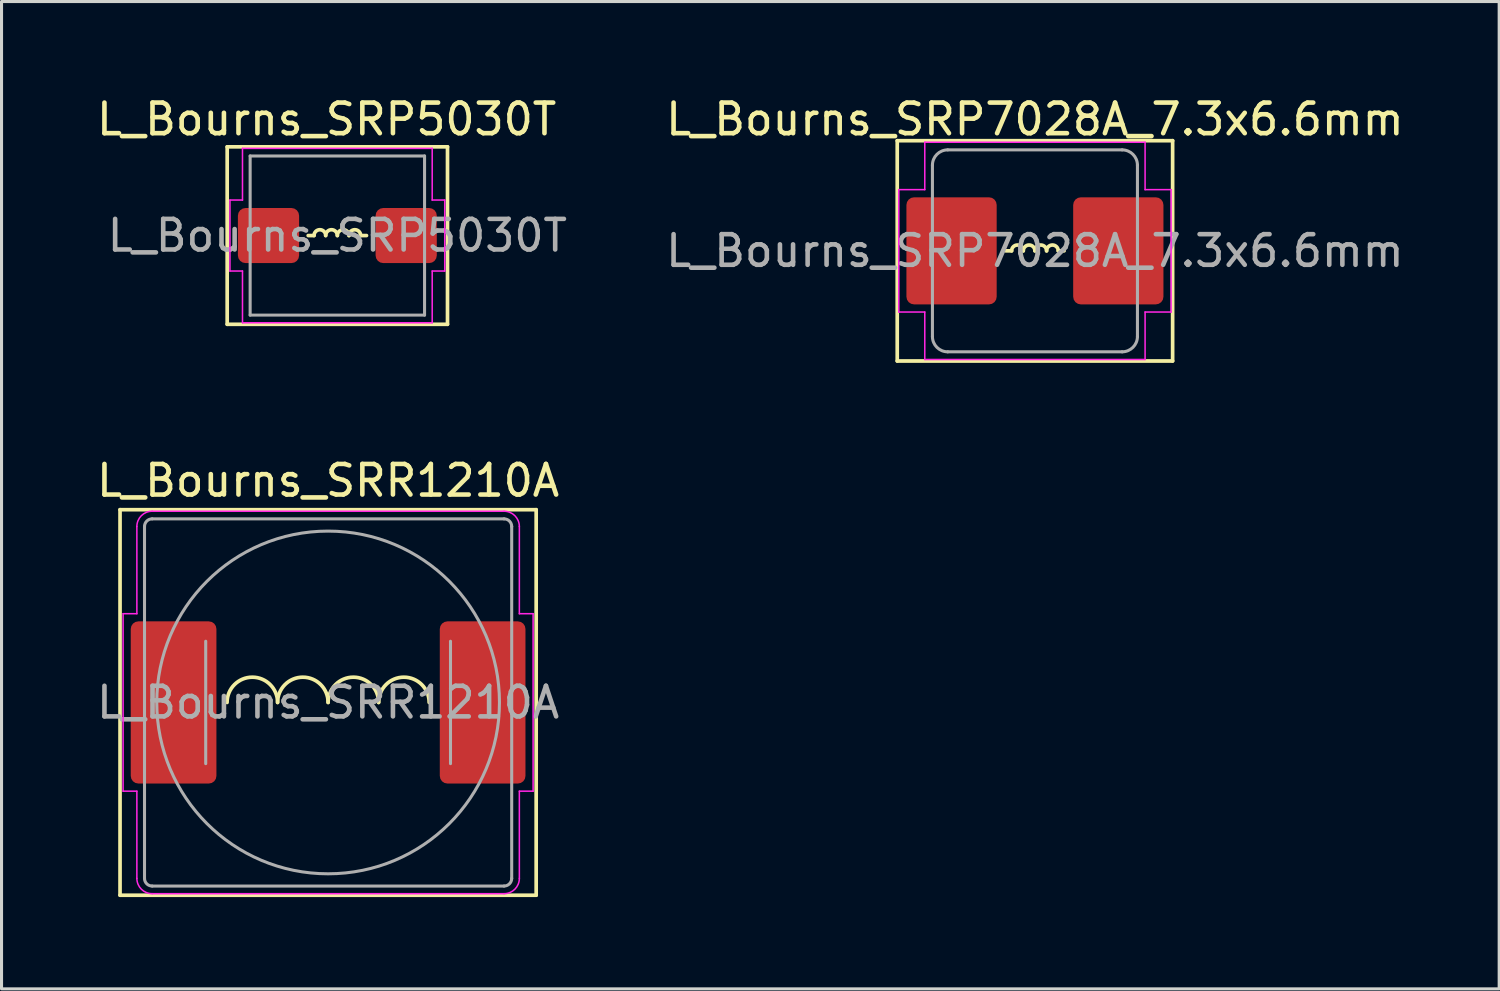
<source format=kicad_pcb>
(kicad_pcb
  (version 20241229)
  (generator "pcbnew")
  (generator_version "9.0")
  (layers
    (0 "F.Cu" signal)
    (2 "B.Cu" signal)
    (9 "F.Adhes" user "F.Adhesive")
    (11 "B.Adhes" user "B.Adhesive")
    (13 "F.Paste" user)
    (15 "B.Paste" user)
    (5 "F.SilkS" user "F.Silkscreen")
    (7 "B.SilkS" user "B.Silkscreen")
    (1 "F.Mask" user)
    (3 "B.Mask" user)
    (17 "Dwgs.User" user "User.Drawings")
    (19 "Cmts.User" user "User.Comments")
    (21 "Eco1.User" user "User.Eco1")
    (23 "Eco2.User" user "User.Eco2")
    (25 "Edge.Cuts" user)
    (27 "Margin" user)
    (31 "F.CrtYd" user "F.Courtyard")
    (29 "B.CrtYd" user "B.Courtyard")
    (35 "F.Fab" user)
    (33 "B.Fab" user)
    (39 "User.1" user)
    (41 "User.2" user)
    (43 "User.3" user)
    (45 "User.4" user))
  (footprint "L_Bourns_SRP7028A_7.3x6.6mm"
    (layer "F.Cu")
    (at 30.773 5.148)
    (property "Reference" "L_Bourns_SRP7028A_7.3x6.6mm" (at 0 -4.3 0) (layer "F.SilkS") (effects (font (size 1 1) (thickness 0.15))))
    (attr smd)
    (fp_line (start -4.5 -3.6) (end -4.5 3.6) (stroke (width 0.12) (type solid)) (layer "F.SilkS"))
    (fp_line (start -4.5 3.6) (end 4.5 3.6) (stroke (width 0.12) (type solid)) (layer "F.SilkS"))
    (fp_line (start -0.953 0) (end -0.762 0) (stroke (width 0.12) (type solid)) (layer "F.SilkS"))
    (fp_line (start 0.762 0) (end 0.953 0) (stroke (width 0.12) (type solid)) (layer "F.SilkS"))
    (fp_line (start 4.5 -3.6) (end -4.5 -3.6) (stroke (width 0.12) (type solid)) (layer "F.SilkS"))
    (fp_line (start 4.5 3.6) (end 4.5 -3.6) (stroke (width 0.12) (type solid)) (layer "F.SilkS"))
    (fp_arc (start -0.762 0) (mid -0.5715 -0.1905) (end -0.381 0) (stroke (width 0.12) (type solid)) (layer "F.SilkS"))
    (fp_arc (start -0.381 0) (mid -0.1905 -0.1905) (end 0 0) (stroke (width 0.12) (type solid)) (layer "F.SilkS"))
    (fp_arc (start 0 0) (mid 0.1905 -0.1905) (end 0.381 0) (stroke (width 0.12) (type solid)) (layer "F.SilkS"))
    (fp_arc (start 0.381 0) (mid 0.5715 -0.1905) (end 0.762 0) (stroke (width 0.12) (type solid)) (layer "F.SilkS"))
    (fp_line (start -4.45 -2) (end -3.6 -2) (stroke (width 0.05) (type solid)) (layer "F.CrtYd"))
    (fp_line (start -4.45 2) (end -4.45 -2) (stroke (width 0.05) (type solid)) (layer "F.CrtYd"))
    (fp_line (start -3.6 -3.55) (end 3.6 -3.55) (stroke (width 0.05) (type solid)) (layer "F.CrtYd"))
    (fp_line (start -3.6 -2) (end -3.6 -3.55) (stroke (width 0.05) (type solid)) (layer "F.CrtYd"))
    (fp_line (start -3.6 2) (end -4.45 2) (stroke (width 0.05) (type solid)) (layer "F.CrtYd"))
    (fp_line (start -3.6 3.55) (end -3.6 2) (stroke (width 0.05) (type solid)) (layer "F.CrtYd"))
    (fp_line (start 3.6 -3.55) (end 3.6 -2) (stroke (width 0.05) (type solid)) (layer "F.CrtYd"))
    (fp_line (start 3.6 -2) (end 4.45 -2) (stroke (width 0.05) (type solid)) (layer "F.CrtYd"))
    (fp_line (start 3.6 2) (end 3.6 3.55) (stroke (width 0.05) (type solid)) (layer "F.CrtYd"))
    (fp_line (start 3.6 3.55) (end -3.6 3.55) (stroke (width 0.05) (type solid)) (layer "F.CrtYd"))
    (fp_line (start 4.45 -2) (end 4.45 2) (stroke (width 0.05) (type solid)) (layer "F.CrtYd"))
    (fp_line (start 4.45 2) (end 3.6 2) (stroke (width 0.05) (type solid)) (layer "F.CrtYd"))
    (fp_line (start -3.35 2.8) (end -3.35 -2.8) (stroke (width 0.1) (type solid)) (layer "F.Fab"))
    (fp_line (start -2.85 -3.3) (end 2.85 -3.3) (stroke (width 0.1) (type solid)) (layer "F.Fab"))
    (fp_line (start 2.85 3.3) (end -2.85 3.3) (stroke (width 0.1) (type solid)) (layer "F.Fab"))
    (fp_line (start 3.35 -2.8) (end 3.35 2.8) (stroke (width 0.1) (type solid)) (layer "F.Fab"))
    (fp_arc (start -3.35 -2.8) (mid -3.203553 -3.153553) (end -2.85 -3.3) (stroke (width 0.1) (type solid)) (layer "F.Fab"))
    (fp_arc (start -2.85 3.3) (mid -3.203553 3.153553) (end -3.35 2.8) (stroke (width 0.1) (type solid)) (layer "F.Fab"))
    (fp_arc (start 2.85 -3.3) (mid 3.203553 -3.153553) (end 3.35 -2.8) (stroke (width 0.1) (type solid)) (layer "F.Fab"))
    (fp_arc (start 3.35 2.8) (mid 3.203553 3.153553) (end 2.85 3.3) (stroke (width 0.1) (type solid)) (layer "F.Fab"))
    (fp_text user "${REFERENCE}" (at 0 0 0) (layer "F.Fab") (effects (font (size 1 1) (thickness 0.15))))
    (pad "1" smd roundrect (at -2.725 0) (size 2.95 3.5) (layers "F.Cu" "F.Mask" "F.Paste") (roundrect_rratio 0.085))
    (pad "2" smd roundrect (at 2.725 0) (size 2.95 3.5) (layers "F.Cu" "F.Mask" "F.Paste") (roundrect_rratio 0.085)))
  (footprint "L_Bourns_SRR1210A"
    (layer "F.Cu")
    (at 7.673 19.907)
    (property "Reference" "L_Bourns_SRR1210A" (at 0 -7.25 0) (layer "F.SilkS") (effects (font (size 1 1) (thickness 0.15))))
    (attr smd)
    (fp_line (start -6.8 -6.3) (end 6.8 -6.3) (stroke (width 0.12) (type solid)) (layer "F.SilkS"))
    (fp_line (start -6.8 6.3) (end -6.8 -6.3) (stroke (width 0.12) (type solid)) (layer "F.SilkS"))
    (fp_line (start 6.8 -6.3) (end 6.8 6.3) (stroke (width 0.12) (type solid)) (layer "F.SilkS"))
    (fp_line (start 6.8 6.3) (end -6.8 6.3) (stroke (width 0.12) (type solid)) (layer "F.SilkS"))
    (fp_arc (start -3.302 0) (mid -2.4765 -0.8255) (end -1.651 0) (stroke (width 0.12) (type solid)) (layer "F.SilkS"))
    (fp_arc (start -1.651 0) (mid -0.8255 -0.8255) (end 0 0) (stroke (width 0.12) (type solid)) (layer "F.SilkS"))
    (fp_arc (start 0 0) (mid 0.8255 -0.8255) (end 1.651 0) (stroke (width 0.12) (type solid)) (layer "F.SilkS"))
    (fp_arc (start 1.651 0) (mid 2.4765 -0.8255) (end 3.302 0) (stroke (width 0.12) (type solid)) (layer "F.SilkS"))
    (fp_line (start -6.7 -2.9) (end -6.7 2.9) (stroke (width 0.05) (type solid)) (layer "F.CrtYd"))
    (fp_line (start -6.7 -2.9) (end -6.25 -2.9) (stroke (width 0.05) (type solid)) (layer "F.CrtYd"))
    (fp_line (start -6.25 -5.75) (end -6.25 -2.9) (stroke (width 0.05) (type solid)) (layer "F.CrtYd"))
    (fp_line (start -6.25 2.9) (end -6.7 2.9) (stroke (width 0.05) (type solid)) (layer "F.CrtYd"))
    (fp_line (start -6.25 5.75) (end -6.25 2.9) (stroke (width 0.05) (type solid)) (layer "F.CrtYd"))
    (fp_line (start -5.75 -6.25) (end 5.75 -6.25) (stroke (width 0.05) (type solid)) (layer "F.CrtYd"))
    (fp_line (start 5.75 6.25) (end -5.75 6.25) (stroke (width 0.05) (type solid)) (layer "F.CrtYd"))
    (fp_line (start 6.25 -5.75) (end 6.25 -2.9) (stroke (width 0.05) (type solid)) (layer "F.CrtYd"))
    (fp_line (start 6.25 2.9) (end 6.25 5.75) (stroke (width 0.05) (type solid)) (layer "F.CrtYd"))
    (fp_line (start 6.7 -2.9) (end 6.25 -2.9) (stroke (width 0.05) (type solid)) (layer "F.CrtYd"))
    (fp_line (start 6.7 -2.9) (end 6.7 2.9) (stroke (width 0.05) (type solid)) (layer "F.CrtYd"))
    (fp_line (start 6.7 2.9) (end 6.25 2.9) (stroke (width 0.05) (type solid)) (layer "F.CrtYd"))
    (fp_arc (start -6.25 -5.75) (mid -6.103553 -6.103553) (end -5.75 -6.25) (stroke (width 0.05) (type solid)) (layer "F.CrtYd"))
    (fp_arc (start -5.75 6.25) (mid -6.103553 6.103553) (end -6.25 5.75) (stroke (width 0.05) (type solid)) (layer "F.CrtYd"))
    (fp_arc (start 5.75 -6.25) (mid 6.103553 -6.103553) (end 6.25 -5.75) (stroke (width 0.05) (type solid)) (layer "F.CrtYd"))
    (fp_arc (start 6.25 5.75) (mid 6.103553 6.103553) (end 5.75 6.25) (stroke (width 0.05) (type solid)) (layer "F.CrtYd"))
    (fp_line (start -6 -5.75) (end -6 5.75) (stroke (width 0.1) (type solid)) (layer "F.Fab"))
    (fp_line (start -5.75 -6) (end 5.75 -6) (stroke (width 0.1) (type solid)) (layer "F.Fab"))
    (fp_line (start -4 2) (end -4 -2) (stroke (width 0.1) (type solid)) (layer "F.Fab"))
    (fp_line (start 4 -2) (end 4 2) (stroke (width 0.1) (type solid)) (layer "F.Fab"))
    (fp_line (start 5.75 6) (end -5.75 6) (stroke (width 0.1) (type solid)) (layer "F.Fab"))
    (fp_line (start 6 -5.75) (end 6 5.75) (stroke (width 0.1) (type solid)) (layer "F.Fab"))
    (fp_arc (start -6 -5.75) (mid -5.926777 -5.926777) (end -5.75 -6) (stroke (width 0.1) (type solid)) (layer "F.Fab"))
    (fp_arc (start -5.75 6) (mid -5.926777 5.926777) (end -6 5.75) (stroke (width 0.1) (type solid)) (layer "F.Fab"))
    (fp_arc (start 5.75 -6) (mid 5.926777 -5.926777) (end 6 -5.75) (stroke (width 0.1) (type solid)) (layer "F.Fab"))
    (fp_arc (start 6 5.75) (mid 5.926777 5.926777) (end 5.75 6) (stroke (width 0.1) (type solid)) (layer "F.Fab"))
    (fp_circle (center 0 0) (end 0 -5.6) (stroke (width 0.1) (type solid)) (fill no) (layer "F.Fab"))
    (fp_text user "${REFERENCE}" (at 0 0 0) (layer "F.Fab") (effects (font (size 1 1) (thickness 0.15))))
    (pad "1" smd roundrect (at -5.05 0) (size 2.8 5.3) (layers "F.Cu" "F.Mask" "F.Paste") (roundrect_rratio 0.089))
    (pad "2" smd roundrect (at 5.05 0) (size 2.8 5.3) (layers "F.Cu" "F.Mask" "F.Paste") (roundrect_rratio 0.089)))
  (footprint "L_Bourns_SRP5030T"
    (layer "F.Cu")
    (at 7.975 4.648)
    (property "Reference" "L_Bourns_SRP5030T" (at -0.35 -3.8 0) (layer "F.SilkS") (effects (font (size 1 1) (thickness 0.15))))
    (attr smd)
    (fp_line (start -3.6 -2.9) (end -3.6 2.9) (stroke (width 0.12) (type solid)) (layer "F.SilkS"))
    (fp_line (start -3.6 2.9) (end 3.6 2.9) (stroke (width 0.12) (type solid)) (layer "F.SilkS"))
    (fp_line (start -0.953 0) (end -0.762 0) (stroke (width 0.12) (type solid)) (layer "F.SilkS"))
    (fp_line (start 0.762 0) (end 0.953 0) (stroke (width 0.12) (type solid)) (layer "F.SilkS"))
    (fp_line (start 3.6 -2.9) (end -3.6 -2.9) (stroke (width 0.12) (type solid)) (layer "F.SilkS"))
    (fp_line (start 3.6 2.9) (end 3.6 -2.9) (stroke (width 0.12) (type solid)) (layer "F.SilkS"))
    (fp_arc (start -0.762 0) (mid -0.5715 -0.1905) (end -0.381 0) (stroke (width 0.12) (type solid)) (layer "F.SilkS"))
    (fp_arc (start -0.381 0) (mid -0.1905 -0.1905) (end 0 0) (stroke (width 0.12) (type solid)) (layer "F.SilkS"))
    (fp_arc (start 0 0) (mid 0.1905 -0.1905) (end 0.381 0) (stroke (width 0.12) (type solid)) (layer "F.SilkS"))
    (fp_arc (start 0.381 0) (mid 0.5715 -0.1905) (end 0.762 0) (stroke (width 0.12) (type solid)) (layer "F.SilkS"))
    (fp_line (start -3.51 -1.16) (end -3.51 1.16) (stroke (width 0.05) (type solid)) (layer "F.CrtYd"))
    (fp_line (start -3.51 1.16) (end -3.1 1.16) (stroke (width 0.05) (type solid)) (layer "F.CrtYd"))
    (fp_line (start -3.1 -2.85) (end -3.1 -1.16) (stroke (width 0.05) (type solid)) (layer "F.CrtYd"))
    (fp_line (start -3.1 -2.85) (end 3.1 -2.85) (stroke (width 0.05) (type solid)) (layer "F.CrtYd"))
    (fp_line (start -3.1 -1.16) (end -3.51 -1.16) (stroke (width 0.05) (type solid)) (layer "F.CrtYd"))
    (fp_line (start -3.1 1.16) (end -3.1 2.85) (stroke (width 0.05) (type solid)) (layer "F.CrtYd"))
    (fp_line (start -3.1 2.85) (end 3.1 2.85) (stroke (width 0.05) (type solid)) (layer "F.CrtYd"))
    (fp_line (start 3.1 -2.85) (end 3.1 -1.16) (stroke (width 0.05) (type solid)) (layer "F.CrtYd"))
    (fp_line (start 3.1 -1.16) (end 3.51 -1.16) (stroke (width 0.05) (type solid)) (layer "F.CrtYd"))
    (fp_line (start 3.1 1.16) (end 3.1 2.85) (stroke (width 0.05) (type solid)) (layer "F.CrtYd"))
    (fp_line (start 3.51 -1.16) (end 3.51 1.16) (stroke (width 0.05) (type solid)) (layer "F.CrtYd"))
    (fp_line (start 3.51 1.16) (end 3.1 1.16) (stroke (width 0.05) (type solid)) (layer "F.CrtYd"))
    (fp_line (start -2.85 -2.6) (end 2.85 -2.6) (stroke (width 0.1) (type solid)) (layer "F.Fab"))
    (fp_line (start -2.85 2.6) (end -2.85 -2.6) (stroke (width 0.1) (type solid)) (layer "F.Fab"))
    (fp_line (start 2.85 -2.6) (end 2.85 2.6) (stroke (width 0.1) (type solid)) (layer "F.Fab"))
    (fp_line (start 2.85 2.6) (end -2.85 2.6) (stroke (width 0.1) (type solid)) (layer "F.Fab"))
    (fp_text user "${REFERENCE}" (at 0 0 0) (layer "F.Fab") (effects (font (size 1 1) (thickness 0.15))))
    (pad "1" smd roundrect (at -2.25 0) (size 2 1.8) (layers "F.Cu" "F.Mask" "F.Paste") (roundrect_rratio 0.139))
    (pad "2" smd roundrect (at 2.25 0) (size 2 1.8) (layers "F.Cu" "F.Mask" "F.Paste") (roundrect_rratio 0.139)))
  (gr_rect
    (start -3 -3)
    (end 45.945 29.267)
    (stroke (width 0.1) (type default))
    (fill no)
    (layer "Edge.Cuts")))
</source>
